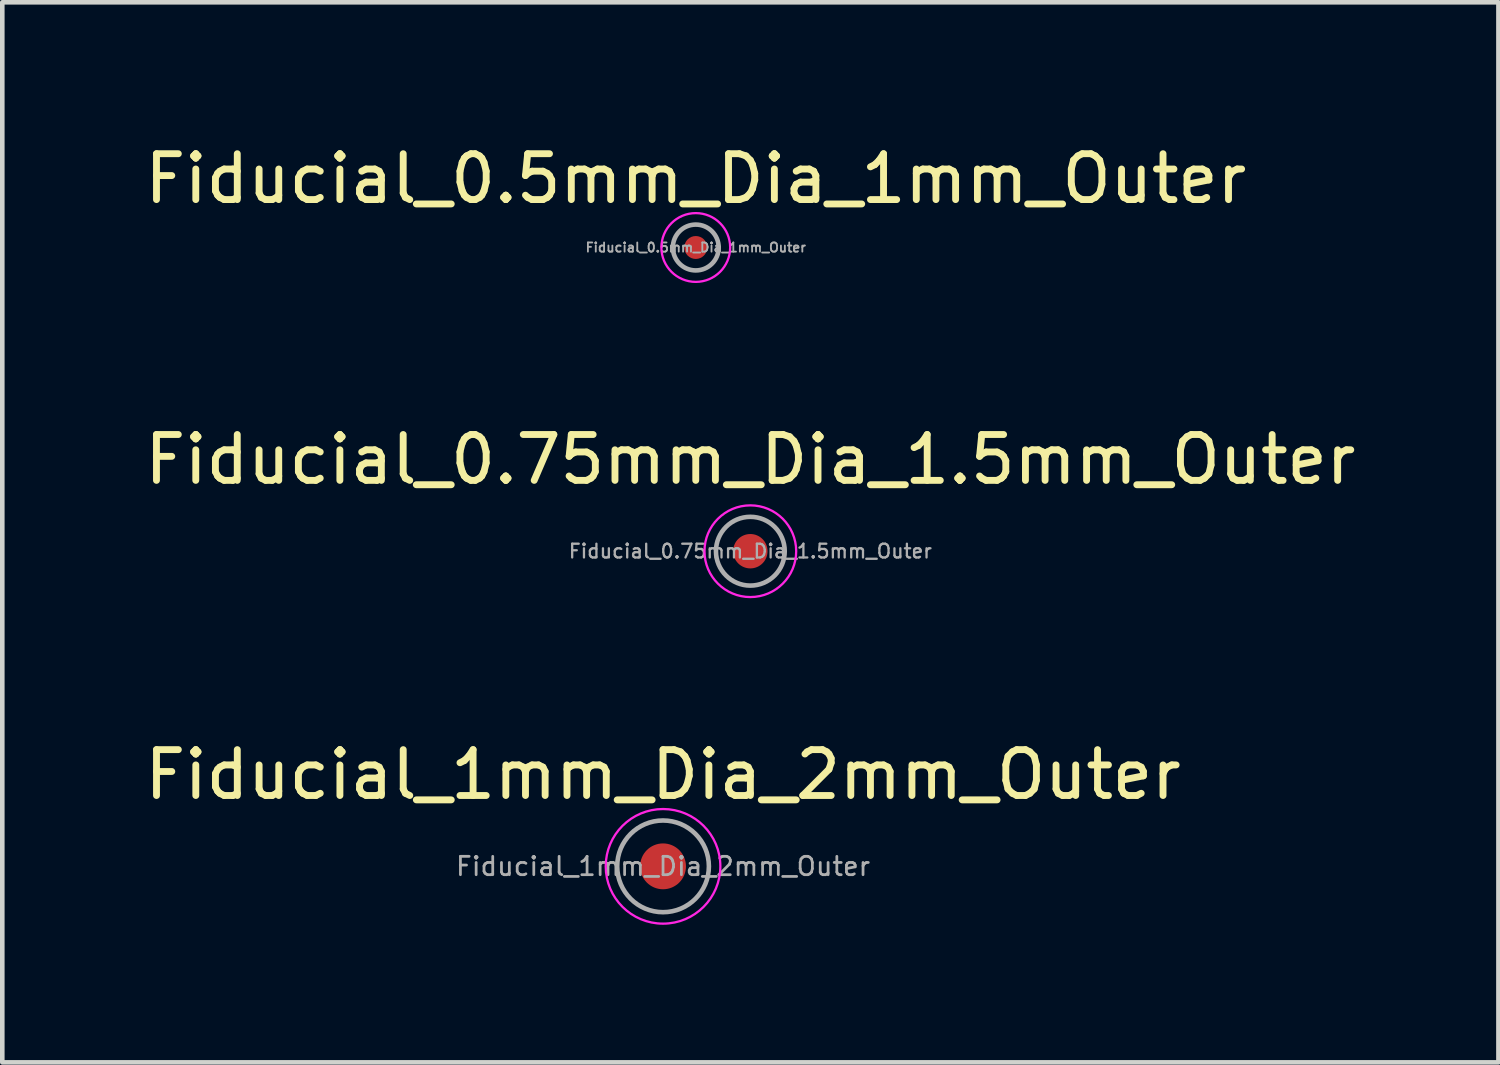
<source format=kicad_pcb>
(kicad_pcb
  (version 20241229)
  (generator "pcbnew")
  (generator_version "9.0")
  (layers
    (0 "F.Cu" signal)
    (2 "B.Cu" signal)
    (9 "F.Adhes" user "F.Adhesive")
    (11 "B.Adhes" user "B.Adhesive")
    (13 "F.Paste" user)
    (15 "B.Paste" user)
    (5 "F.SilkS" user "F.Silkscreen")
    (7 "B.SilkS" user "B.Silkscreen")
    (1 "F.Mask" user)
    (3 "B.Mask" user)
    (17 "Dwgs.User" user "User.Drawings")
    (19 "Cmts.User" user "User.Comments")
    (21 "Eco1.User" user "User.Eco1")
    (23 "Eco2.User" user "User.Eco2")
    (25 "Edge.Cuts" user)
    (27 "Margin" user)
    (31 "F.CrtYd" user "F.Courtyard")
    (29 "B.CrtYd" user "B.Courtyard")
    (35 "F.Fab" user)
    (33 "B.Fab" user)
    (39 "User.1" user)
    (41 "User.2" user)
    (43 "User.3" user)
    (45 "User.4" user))
  (footprint "Fiducial_1mm_Dia_2mm_Outer"
    (layer "F.Cu")
    (at 11.411 15.845)
    (property "Reference" "Fiducial_1mm_Dia_2mm_Outer" (at 0 -2 0) (layer "F.SilkS") (effects (font (size 1 1) (thickness 0.15))))
    (attr exclude_from_pos_files exclude_from_bom)
    (fp_circle (center 0 0) (end 1.25 0) (stroke (width 0.05) (type solid)) (fill no) (layer "F.CrtYd"))
    (fp_circle (center 0 0) (end 1 0) (stroke (width 0.1) (type solid)) (fill no) (layer "F.Fab"))
    (fp_text user "${REFERENCE}" (at 0 0 0) (layer "F.Fab") (effects (font (size 0.4 0.4) (thickness 0.06))))
    (pad "~" smd circle (at 0 0) (size 1 1) (layers "F.Cu" "F.Mask")))
  (footprint "Fiducial_0.5mm_Dia_1mm_Outer"
    (layer "F.Cu")
    (at 12.125 2.348)
    (property "Reference" "Fiducial_0.5mm_Dia_1mm_Outer" (at 0 -1.5 0) (layer "F.SilkS") (effects (font (size 1 1) (thickness 0.15))))
    (attr exclude_from_pos_files exclude_from_bom)
    (fp_circle (center 0 0) (end 0.75 0) (stroke (width 0.05) (type solid)) (fill no) (layer "F.CrtYd"))
    (fp_circle (center 0 0) (end 0.5 0) (stroke (width 0.1) (type solid)) (fill no) (layer "F.Fab"))
    (fp_text user "${REFERENCE}" (at 0 0 0) (layer "F.Fab") (effects (font (size 0.2 0.2) (thickness 0.04))))
    (pad "~" smd circle (at 0 0) (size 0.5 0.5) (layers "F.Cu" "F.Mask")))
  (footprint "Fiducial_0.75mm_Dia_1.5mm_Outer"
    (layer "F.Cu")
    (at 13.315 8.972)
    (property "Reference" "Fiducial_0.75mm_Dia_1.5mm_Outer" (at 0 -2 0) (layer "F.SilkS") (effects (font (size 1 1) (thickness 0.15))))
    (attr exclude_from_pos_files exclude_from_bom)
    (fp_circle (center 0 0) (end 1 0) (stroke (width 0.05) (type solid)) (fill no) (layer "F.CrtYd"))
    (fp_circle (center 0 0) (end 0.75 0) (stroke (width 0.1) (type solid)) (fill no) (layer "F.Fab"))
    (fp_text user "${REFERENCE}" (at 0 0 0) (layer "F.Fab") (effects (font (size 0.3 0.3) (thickness 0.05))))
    (pad "~" smd circle (at 0 0) (size 0.75 0.75) (layers "F.Cu" "F.Mask")))
  (gr_rect
    (start -3 -3)
    (end 29.631 20.12)
    (stroke (width 0.1) (type default))
    (fill no)
    (layer "Edge.Cuts")))
</source>
